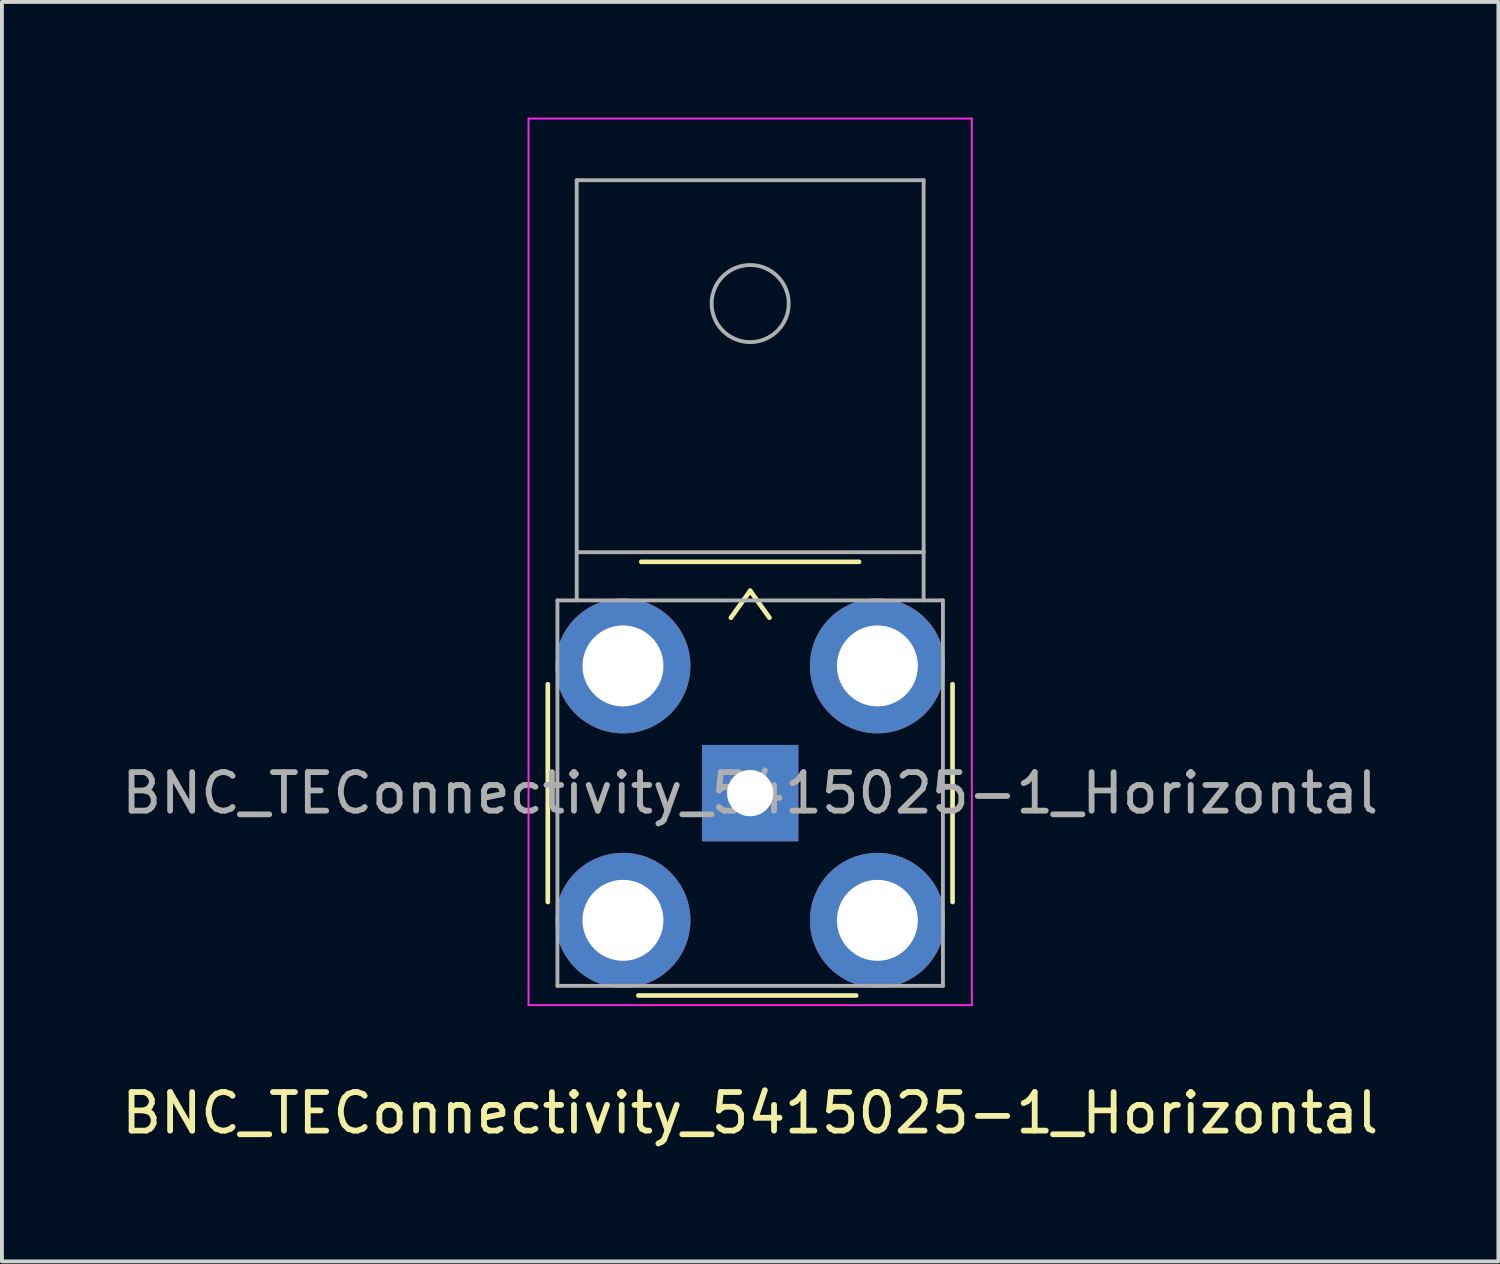
<source format=kicad_pcb>
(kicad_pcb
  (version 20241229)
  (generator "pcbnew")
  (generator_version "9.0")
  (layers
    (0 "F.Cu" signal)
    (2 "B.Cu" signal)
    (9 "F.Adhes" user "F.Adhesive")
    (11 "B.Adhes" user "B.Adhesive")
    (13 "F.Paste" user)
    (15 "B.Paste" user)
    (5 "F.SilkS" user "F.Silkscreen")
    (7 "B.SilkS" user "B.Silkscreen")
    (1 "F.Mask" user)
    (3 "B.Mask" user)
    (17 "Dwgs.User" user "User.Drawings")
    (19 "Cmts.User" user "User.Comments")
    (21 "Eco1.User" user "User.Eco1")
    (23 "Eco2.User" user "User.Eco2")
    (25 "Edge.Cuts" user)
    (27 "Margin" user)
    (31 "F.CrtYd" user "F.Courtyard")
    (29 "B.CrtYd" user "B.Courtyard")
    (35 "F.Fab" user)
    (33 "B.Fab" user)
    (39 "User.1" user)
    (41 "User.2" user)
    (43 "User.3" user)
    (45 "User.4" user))
  (footprint "BNC_TEConnectivity_5415025-1_Horizontal"
    (layer "F.Cu")
    (at 16.411 17.525)
    (property "Reference" "BNC_TEConnectivity_5415025-1_Horizontal" (at 0 8.3 0) (layer "F.SilkS") (effects (font (size 1 1) (thickness 0.15))))
    (attr through_hole)
    (fp_line (start -5.25 -2.825) (end -5.25 2.825) (stroke (width 0.12) (type solid)) (layer "F.SilkS"))
    (fp_line (start -2.9 5.25) (end 2.75 5.25) (stroke (width 0.12) (type solid)) (layer "F.SilkS"))
    (fp_line (start 0 -5.25) (end -0.5 -4.55) (stroke (width 0.12) (type solid)) (layer "F.SilkS"))
    (fp_line (start 0 -5.25) (end 0.5 -4.55) (stroke (width 0.12) (type solid)) (layer "F.SilkS"))
    (fp_line (start 2.825 -6) (end -2.825 -6) (stroke (width 0.12) (type solid)) (layer "F.SilkS"))
    (fp_line (start 5.25 2.825) (end 5.25 -2.825) (stroke (width 0.12) (type solid)) (layer "F.SilkS"))
    (fp_line (start -5.75 -17.5) (end 5.75 -17.5) (stroke (width 0.05) (type solid)) (layer "F.CrtYd"))
    (fp_line (start -5.75 5.5) (end -5.75 -17.5) (stroke (width 0.05) (type solid)) (layer "F.CrtYd"))
    (fp_line (start 5.75 -17.5) (end 5.75 5.5) (stroke (width 0.05) (type solid)) (layer "F.CrtYd"))
    (fp_line (start 5.75 5.5) (end -5.75 5.5) (stroke (width 0.05) (type solid)) (layer "F.CrtYd"))
    (fp_line (start -5 -5) (end 5 -5) (stroke (width 0.1) (type solid)) (layer "F.Fab"))
    (fp_line (start -5 5) (end -5 -5) (stroke (width 0.1) (type solid)) (layer "F.Fab"))
    (fp_line (start -4.5 -6.25) (end 4.5 -6.25) (stroke (width 0.1) (type solid)) (layer "F.Fab"))
    (fp_line (start -4.5 -5) (end -4.5 -15.9) (stroke (width 0.1) (type solid)) (layer "F.Fab"))
    (fp_line (start 4.5 -15.9) (end -4.5 -15.9) (stroke (width 0.1) (type solid)) (layer "F.Fab"))
    (fp_line (start 4.5 -5) (end 4.5 -15.9) (stroke (width 0.1) (type solid)) (layer "F.Fab"))
    (fp_line (start 5 -5) (end 5 5) (stroke (width 0.1) (type solid)) (layer "F.Fab"))
    (fp_line (start 5 5) (end -5 5) (stroke (width 0.1) (type solid)) (layer "F.Fab"))
    (fp_circle (center 0 -12.7) (end 1 -12.7) (stroke (width 0.1) (type solid)) (fill no) (layer "F.Fab"))
    (fp_text user "${REFERENCE}" (at 0 0 0) (layer "F.Fab") (effects (font (size 1 1) (thickness 0.15))))
    (pad "1" thru_hole rect (at 0 0) (size 2.5 2.5) (drill 1.2) (layers "*.Cu" "*.Mask"))
    (pad "2" thru_hole circle (at -3.3 -3.3) (size 3.5 3.5) (drill 2.1) (layers "*.Cu" "*.Mask"))
    (pad "2" thru_hole circle (at -3.3 3.3) (size 3.5 3.5) (drill 2.1) (layers "*.Cu" "*.Mask"))
    (pad "2" thru_hole circle (at 3.3 -3.3) (size 3.5 3.5) (drill 2.1) (layers "*.Cu" "*.Mask"))
    (pad "2" thru_hole circle (at 3.3 3.3) (size 3.5 3.5) (drill 2.1) (layers "*.Cu" "*.Mask")))
  (gr_rect
    (start -3 -3)
    (end 35.821 29.673)
    (stroke (width 0.1) (type default))
    (fill no)
    (layer "Edge.Cuts")))
</source>
